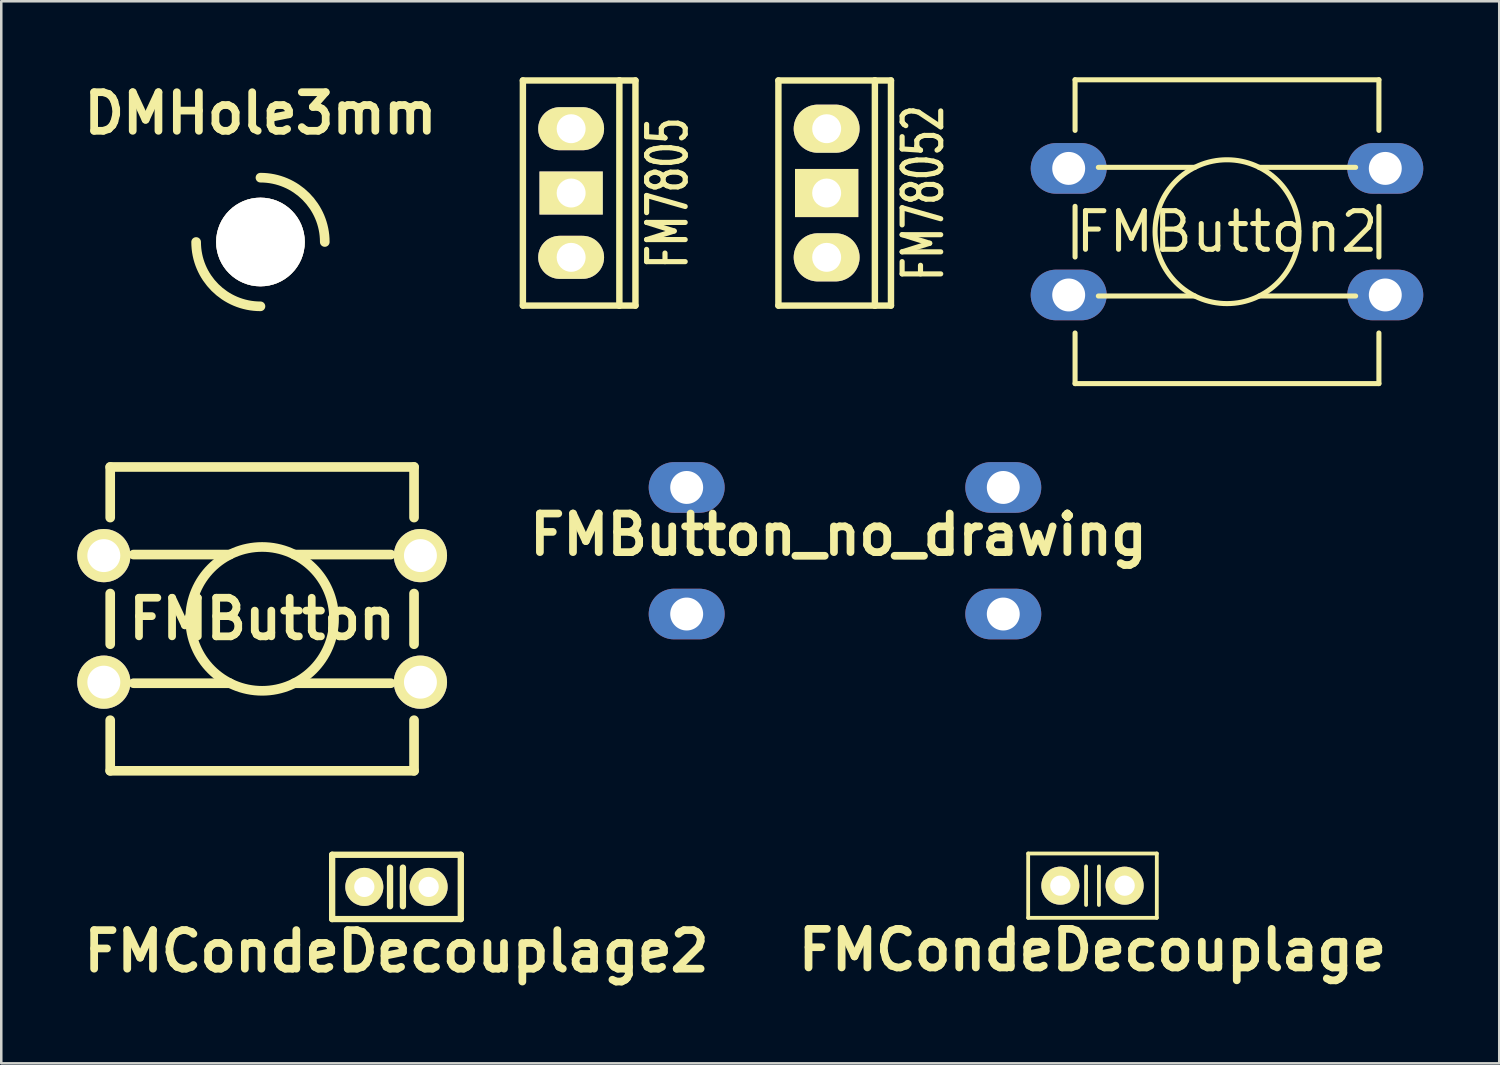
<source format=kicad_pcb>
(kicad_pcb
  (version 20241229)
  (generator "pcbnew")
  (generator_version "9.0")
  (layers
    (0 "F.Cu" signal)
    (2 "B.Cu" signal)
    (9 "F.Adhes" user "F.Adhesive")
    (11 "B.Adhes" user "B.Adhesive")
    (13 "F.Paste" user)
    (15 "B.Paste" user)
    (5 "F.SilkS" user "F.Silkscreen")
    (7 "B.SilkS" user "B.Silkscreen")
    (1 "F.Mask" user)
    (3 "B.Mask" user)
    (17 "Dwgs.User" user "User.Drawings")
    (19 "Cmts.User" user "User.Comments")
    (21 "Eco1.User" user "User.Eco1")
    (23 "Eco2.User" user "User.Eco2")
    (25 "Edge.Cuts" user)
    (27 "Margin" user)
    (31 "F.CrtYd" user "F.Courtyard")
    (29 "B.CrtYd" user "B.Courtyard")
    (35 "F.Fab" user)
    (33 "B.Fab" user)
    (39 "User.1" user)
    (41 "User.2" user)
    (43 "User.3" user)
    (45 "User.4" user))
  (footprint "FMButton"
    (layer "F.Cu")
    (at 7.301 21.389)
    (property "Reference" "FMButton" (at 0 0 0) (layer "F.SilkS") (effects (font (size 1.524 1.524) (thickness 0.305))))
    (attr through_hole)
    (fp_line (start -5.999 -5.999) (end 5.999 -5.999) (stroke (width 0.381) (type solid)) (layer "F.SilkS"))
    (fp_line (start -5.999 -4) (end -5.999 -5.999) (stroke (width 0.381) (type solid)) (layer "F.SilkS"))
    (fp_line (start -5.999 1.001) (end -5.999 -1.001) (stroke (width 0.381) (type solid)) (layer "F.SilkS"))
    (fp_line (start -5.999 5.999) (end -5.999 4) (stroke (width 0.381) (type solid)) (layer "F.SilkS"))
    (fp_line (start -5.08 -2.54) (end -1.27 -2.54) (stroke (width 0.381) (type solid)) (layer "F.SilkS"))
    (fp_line (start -1.27 2.54) (end -5.08 2.54) (stroke (width 0.381) (type solid)) (layer "F.SilkS"))
    (fp_line (start 1.27 -2.54) (end 5.08 -2.54) (stroke (width 0.381) (type solid)) (layer "F.SilkS"))
    (fp_line (start 5.08 2.54) (end 1.27 2.54) (stroke (width 0.381) (type solid)) (layer "F.SilkS"))
    (fp_line (start 5.999 -5.999) (end 5.999 -4) (stroke (width 0.381) (type solid)) (layer "F.SilkS"))
    (fp_line (start 5.999 -1.001) (end 5.999 1.001) (stroke (width 0.381) (type solid)) (layer "F.SilkS"))
    (fp_line (start 5.999 4) (end 5.999 5.999) (stroke (width 0.381) (type solid)) (layer "F.SilkS"))
    (fp_line (start 5.999 5.999) (end -5.999 5.999) (stroke (width 0.381) (type solid)) (layer "F.SilkS"))
    (fp_circle (center 0 0) (end 2.54 -1.27) (stroke (width 0.381) (type solid)) (fill no) (layer "F.SilkS"))
    (pad "" thru_hole circle (at -6.251 -2.499) (size 2.101 2.101) (drill 1.3) (layers "*.Cu" "*.Mask" "F.SilkS"))
    (pad "" thru_hole circle (at -6.251 2.499) (size 2.101 2.101) (drill 1.3) (layers "*.Cu" "*.Mask" "F.SilkS"))
    (pad "1" thru_hole circle (at 6.251 -2.499) (size 2.101 2.101) (drill 1.3) (layers "*.Cu" "*.Mask" "F.SilkS"))
    (pad "2" thru_hole circle (at 6.251 2.499) (size 2.101 2.101) (drill 1.3) (layers "*.Cu" "*.Mask" "F.SilkS")))
  (footprint "DMHole3mm"
    (layer "F.Cu")
    (at 7.235 6.506)
    (property "Reference" "DMHole3mm" (at 0 -5.08 0) (layer "F.SilkS") (effects (font (size 1.524 1.524) (thickness 0.305))))
    (attr through_hole)
    (fp_arc (start 0 -2.54) (mid 1.796051 -1.796051) (end 2.54 0) (stroke (width 0.381) (type solid)) (layer "F.SilkS"))
    (fp_arc (start 0 2.54) (mid -1.796051 1.796051) (end -2.54 0) (stroke (width 0.381) (type solid)) (layer "F.SilkS"))
    (pad "" thru_hole circle (at 0 0) (size 3.5 3.5) (drill 3.5) (layers "*.Cu" "*.Mask" "F.SilkS")))
  (footprint "FM78052"
    (layer "F.Cu")
    (at 29.593 4.572)
    (property "Reference" "FM78052" (at 3.81 0 90) (layer "F.SilkS") (effects (font (size 1.524 1.016) (thickness 0.203))))
    (attr through_hole)
    (fp_line (start -1.905 -4.445) (end 1.905 -4.445) (stroke (width 0.254) (type solid)) (layer "F.SilkS"))
    (fp_line (start -1.905 4.445) (end -1.905 -4.445) (stroke (width 0.254) (type solid)) (layer "F.SilkS"))
    (fp_line (start 1.905 -4.445) (end 1.905 4.445) (stroke (width 0.254) (type solid)) (layer "F.SilkS"))
    (fp_line (start 1.905 -4.445) (end 2.54 -4.445) (stroke (width 0.254) (type solid)) (layer "F.SilkS"))
    (fp_line (start 1.905 4.445) (end -1.905 4.445) (stroke (width 0.254) (type solid)) (layer "F.SilkS"))
    (fp_line (start 2.54 -4.445) (end 2.54 4.445) (stroke (width 0.254) (type solid)) (layer "F.SilkS"))
    (fp_line (start 2.54 4.445) (end 1.905 4.445) (stroke (width 0.254) (type solid)) (layer "F.SilkS"))
    (pad "1" thru_hole oval (at 0 -2.54) (size 2.601 1.9) (drill 1.143) (layers "*.Cu" "*.Mask" "F.SilkS"))
    (pad "2" thru_hole rect (at 0 0) (size 2.499 1.9) (drill 1.143) (layers "*.Cu" "*.Mask" "F.SilkS"))
    (pad "3" thru_hole oval (at 0 2.54) (size 2.601 1.9) (drill 1.143) (layers "*.Cu" "*.Mask" "F.SilkS")))
  (footprint "FM7805"
    (layer "F.Cu")
    (at 19.503 4.572)
    (property "Reference" "FM7805" (at 3.81 0 90) (layer "F.SilkS") (effects (font (size 1.524 1.016) (thickness 0.203))))
    (attr through_hole)
    (fp_line (start -1.905 -4.445) (end 1.905 -4.445) (stroke (width 0.254) (type solid)) (layer "F.SilkS"))
    (fp_line (start -1.905 4.445) (end -1.905 -4.445) (stroke (width 0.254) (type solid)) (layer "F.SilkS"))
    (fp_line (start 1.905 -4.445) (end 1.905 4.445) (stroke (width 0.254) (type solid)) (layer "F.SilkS"))
    (fp_line (start 1.905 -4.445) (end 2.54 -4.445) (stroke (width 0.254) (type solid)) (layer "F.SilkS"))
    (fp_line (start 1.905 4.445) (end -1.905 4.445) (stroke (width 0.254) (type solid)) (layer "F.SilkS"))
    (fp_line (start 2.54 -4.445) (end 2.54 4.445) (stroke (width 0.254) (type solid)) (layer "F.SilkS"))
    (fp_line (start 2.54 4.445) (end 1.905 4.445) (stroke (width 0.254) (type solid)) (layer "F.SilkS"))
    (pad "1" thru_hole rect (at 0 0) (size 2.499 1.699) (drill 1.143) (layers "*.Cu" "*.Mask" "F.SilkS"))
    (pad "2" thru_hole oval (at 0 2.54) (size 2.601 1.699) (drill 1.143) (layers "*.Cu" "*.Mask" "F.SilkS"))
    (pad "3" thru_hole oval (at 0 -2.54) (size 2.601 1.699) (drill 1.143) (layers "*.Cu" "*.Mask" "F.SilkS")))
  (footprint "FMButton2"
    (layer "F.Cu")
    (at 45.402 6.099)
    (property "Reference" "FMButton2" (at 0 0 0) (layer "F.SilkS") (effects (font (size 1.524 1.524) (thickness 0.2))))
    (attr through_hole)
    (fp_line (start -5.999 -5.999) (end 5.999 -5.999) (stroke (width 0.2) (type solid)) (layer "F.SilkS"))
    (fp_line (start -5.999 -4) (end -5.999 -5.999) (stroke (width 0.2) (type solid)) (layer "F.SilkS"))
    (fp_line (start -5.999 1.001) (end -5.999 -1.001) (stroke (width 0.2) (type solid)) (layer "F.SilkS"))
    (fp_line (start -5.999 5.999) (end -5.999 4) (stroke (width 0.2) (type solid)) (layer "F.SilkS"))
    (fp_line (start -5.08 -2.54) (end -1.27 -2.54) (stroke (width 0.2) (type solid)) (layer "F.SilkS"))
    (fp_line (start -1.27 2.54) (end -5.08 2.54) (stroke (width 0.2) (type solid)) (layer "F.SilkS"))
    (fp_line (start 1.27 -2.54) (end 5.08 -2.54) (stroke (width 0.2) (type solid)) (layer "F.SilkS"))
    (fp_line (start 5.08 2.54) (end 1.27 2.54) (stroke (width 0.2) (type solid)) (layer "F.SilkS"))
    (fp_line (start 5.999 -5.999) (end 5.999 -4) (stroke (width 0.2) (type solid)) (layer "F.SilkS"))
    (fp_line (start 5.999 -1.001) (end 5.999 1.001) (stroke (width 0.2) (type solid)) (layer "F.SilkS"))
    (fp_line (start 5.999 4) (end 5.999 5.999) (stroke (width 0.2) (type solid)) (layer "F.SilkS"))
    (fp_line (start 5.999 5.999) (end -5.999 5.999) (stroke (width 0.2) (type solid)) (layer "F.SilkS"))
    (fp_circle (center 0 0) (end 2.84 0) (stroke (width 0.2) (type solid)) (fill no) (layer "F.SilkS"))
    (pad "1" thru_hole oval (at -6.251 -2.499) (size 3 1.999) (drill 1.3) (layers "*.Cu" "*.Mask"))
    (pad "1" thru_hole oval (at 6.251 -2.499) (size 3 1.999) (drill 1.3) (layers "*.Cu" "*.Mask"))
    (pad "2" thru_hole oval (at -6.251 2.499) (size 3 1.999) (drill 1.3) (layers "*.Cu" "*.Mask"))
    (pad "2" thru_hole oval (at 6.251 2.499) (size 3 1.999) (drill 1.3) (layers "*.Cu" "*.Mask")))
  (footprint "FMCondeDecouplage2"
    (layer "F.Cu")
    (at 12.606 31.973)
    (property "Reference" "FMCondeDecouplage2" (at 0 2.54 0) (layer "F.SilkS") (effects (font (size 1.524 1.524) (thickness 0.305))))
    (attr through_hole)
    (fp_line (start -2.54 -1.27) (end -2.54 1.27) (stroke (width 0.249) (type solid)) (layer "F.SilkS"))
    (fp_line (start -2.54 1.27) (end 2.54 1.27) (stroke (width 0.249) (type solid)) (layer "F.SilkS"))
    (fp_line (start -0.254 -0.762) (end -0.254 0.762) (stroke (width 0.249) (type solid)) (layer "F.SilkS"))
    (fp_line (start 0.254 0.762) (end 0.254 -0.762) (stroke (width 0.249) (type solid)) (layer "F.SilkS"))
    (fp_line (start 2.54 -1.27) (end -2.54 -1.27) (stroke (width 0.249) (type solid)) (layer "F.SilkS"))
    (fp_line (start 2.54 1.27) (end 2.54 -1.27) (stroke (width 0.249) (type solid)) (layer "F.SilkS"))
    (pad "1" thru_hole circle (at -1.27 0) (size 1.501 1.501) (drill 0.8) (layers "*.Cu" "*.Mask" "F.SilkS"))
    (pad "2" thru_hole circle (at 1.27 0) (size 1.501 1.501) (drill 0.8) (layers "*.Cu" "*.Mask" "F.SilkS")))
  (footprint "FMButton_no_drawing"
    (layer "F.Cu")
    (at 30.317 18.698)
    (property "Reference" "FMButton_no_drawing" (at -0.254 -0.635 0) (layer "F.SilkS") (effects (font (size 1.524 1.524) (thickness 0.305))))
    (attr through_hole)
    (pad "1" thru_hole oval (at -6.251 -2.499) (size 3 1.999) (drill 1.3) (layers "*.Cu" "*.Mask"))
    (pad "1" thru_hole oval (at 6.251 -2.499) (size 3 1.999) (drill 1.3) (layers "*.Cu" "*.Mask"))
    (pad "2" thru_hole oval (at -6.251 2.499) (size 3 1.999) (drill 1.3) (layers "*.Cu" "*.Mask"))
    (pad "2" thru_hole oval (at 6.251 2.499) (size 3 1.999) (drill 1.3) (layers "*.Cu" "*.Mask")))
  (footprint "FMCondeDecouplage"
    (layer "F.Cu")
    (at 40.091 31.924)
    (property "Reference" "FMCondeDecouplage" (at 0 2.54 0) (layer "F.SilkS") (effects (font (size 1.524 1.524) (thickness 0.305))))
    (attr through_hole)
    (fp_line (start -2.54 -1.27) (end -2.54 1.27) (stroke (width 0.15) (type solid)) (layer "F.SilkS"))
    (fp_line (start -2.54 1.27) (end 2.54 1.27) (stroke (width 0.15) (type solid)) (layer "F.SilkS"))
    (fp_line (start -0.254 -0.762) (end -0.254 0.762) (stroke (width 0.15) (type solid)) (layer "F.SilkS"))
    (fp_line (start 0.254 0.762) (end 0.254 -0.762) (stroke (width 0.15) (type solid)) (layer "F.SilkS"))
    (fp_line (start 2.54 -1.27) (end -2.54 -1.27) (stroke (width 0.15) (type solid)) (layer "F.SilkS"))
    (fp_line (start 2.54 1.27) (end 2.54 -1.27) (stroke (width 0.15) (type solid)) (layer "F.SilkS"))
    (pad "1" thru_hole circle (at -1.27 0) (size 1.501 1.501) (drill 0.8) (layers "*.Cu" "*.Mask" "F.SilkS"))
    (pad "2" thru_hole circle (at 1.27 0) (size 1.501 1.501) (drill 0.8) (layers "*.Cu" "*.Mask" "F.SilkS")))
  (gr_rect
    (start -3 -3)
    (end 56.153 38.94)
    (stroke (width 0.1) (type default))
    (fill no)
    (layer "Edge.Cuts")))
</source>
